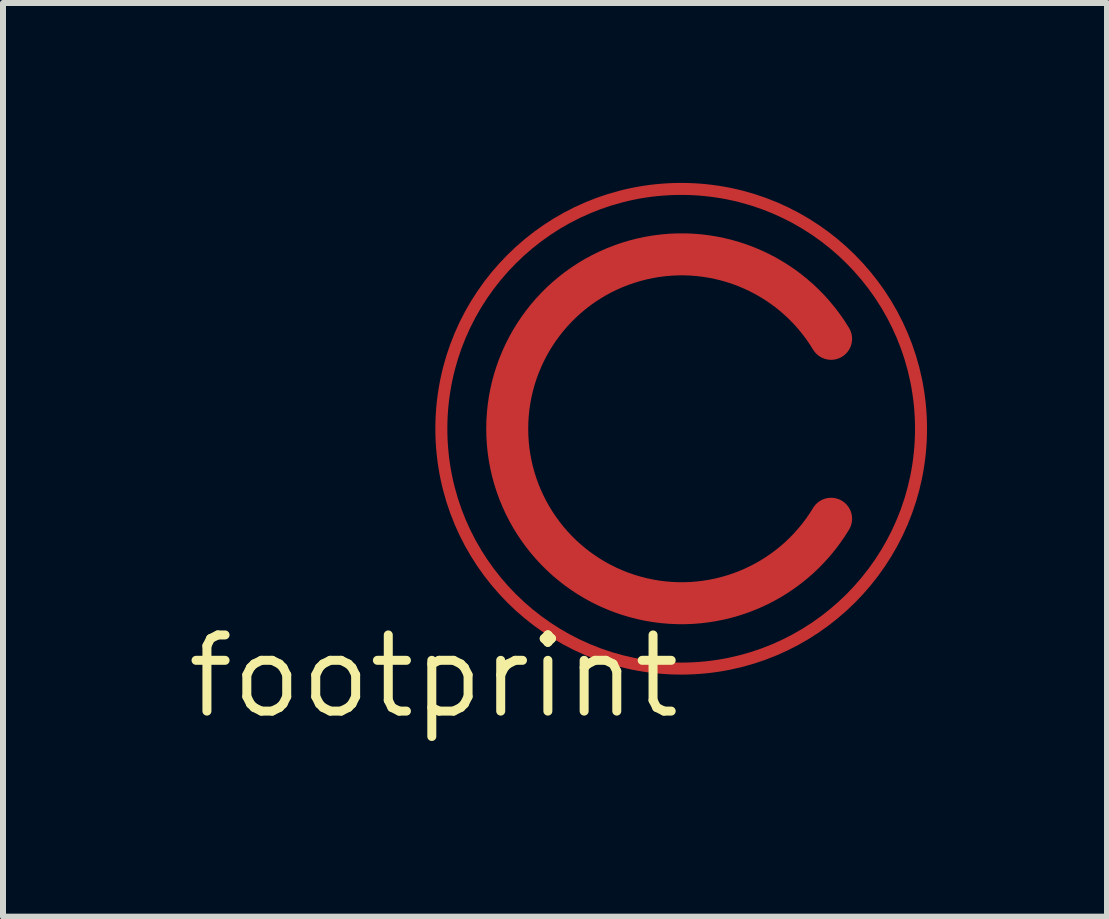
<source format=kicad_pcb>
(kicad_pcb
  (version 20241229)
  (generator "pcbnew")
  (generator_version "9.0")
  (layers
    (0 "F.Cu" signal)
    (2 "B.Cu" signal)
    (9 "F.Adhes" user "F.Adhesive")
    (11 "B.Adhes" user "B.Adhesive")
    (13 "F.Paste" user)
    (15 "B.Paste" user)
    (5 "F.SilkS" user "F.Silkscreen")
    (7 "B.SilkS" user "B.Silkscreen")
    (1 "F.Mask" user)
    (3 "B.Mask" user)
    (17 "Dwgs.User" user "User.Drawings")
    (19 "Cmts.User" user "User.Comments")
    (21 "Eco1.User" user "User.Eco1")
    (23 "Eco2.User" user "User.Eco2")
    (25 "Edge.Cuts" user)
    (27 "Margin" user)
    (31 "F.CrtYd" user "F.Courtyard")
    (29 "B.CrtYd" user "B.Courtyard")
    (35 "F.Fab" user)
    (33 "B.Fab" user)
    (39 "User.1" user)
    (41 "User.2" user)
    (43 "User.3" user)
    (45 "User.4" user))
  (footprint "footprint"
    (layer "F.Cu")
    (at 4.18 8.227)
    (property "Reference" "footprint" (at 0 0 0) (layer "F.SilkS") (effects (font (size 1.27 1.27) (thickness 0.15))))
    (fp_arc (start 6.6275 -2.6275) (mid 1.227392 -4.1275) (end 6.6275 -5.6275) (stroke (width 0.7) (type solid)) (layer "F.Cu"))
    (fp_circle (center 4.128 -4.128) (end 8.127 -4.128) (stroke (width 0.2) (type solid)) (fill no) (layer "F.Cu")))
  (gr_rect
    (start -3 -3)
    (end 15.408 12.234)
    (stroke (width 0.1) (type default))
    (fill no)
    (layer "Edge.Cuts")))
</source>
